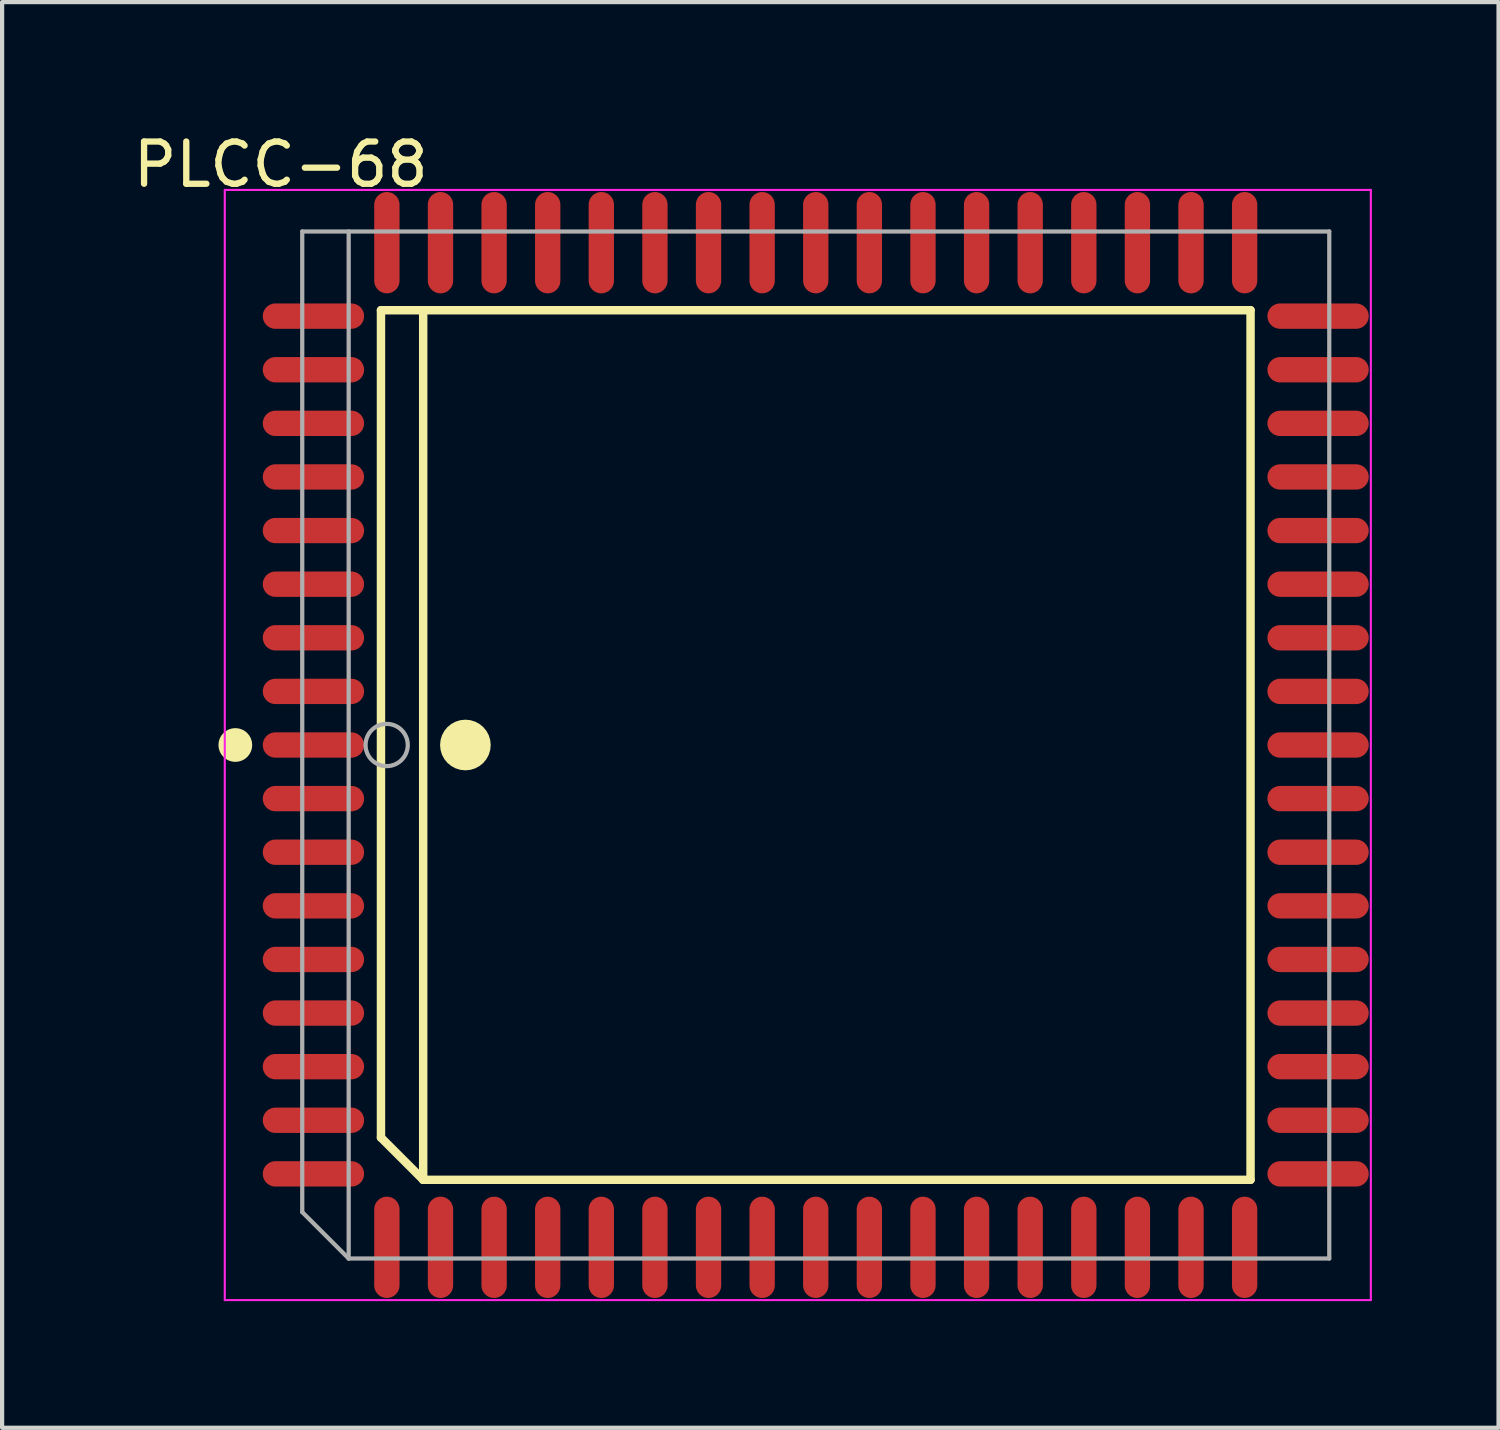
<source format=kicad_pcb>
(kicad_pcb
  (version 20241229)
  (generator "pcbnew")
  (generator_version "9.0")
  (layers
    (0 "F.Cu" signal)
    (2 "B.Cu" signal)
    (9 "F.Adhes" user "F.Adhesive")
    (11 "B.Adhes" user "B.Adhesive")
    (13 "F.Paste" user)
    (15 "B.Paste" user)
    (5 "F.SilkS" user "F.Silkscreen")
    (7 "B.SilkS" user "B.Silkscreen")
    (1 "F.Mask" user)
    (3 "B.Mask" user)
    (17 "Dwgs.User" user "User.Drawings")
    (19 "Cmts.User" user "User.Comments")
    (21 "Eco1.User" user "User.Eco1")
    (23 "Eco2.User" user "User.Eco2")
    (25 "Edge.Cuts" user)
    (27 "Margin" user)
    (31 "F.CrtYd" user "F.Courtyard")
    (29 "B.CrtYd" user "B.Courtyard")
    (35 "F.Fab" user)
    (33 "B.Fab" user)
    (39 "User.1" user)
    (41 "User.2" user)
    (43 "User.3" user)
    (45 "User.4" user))
  (footprint "PLCC-68"
    (layer "F.Cu")
    (at 16.275 14.599)
    (property "Reference" "PLCC-68" (at -12.674 -13.751 0) (layer "F.SilkS") (effects (font (size 1 1) (thickness 0.15))))
    (attr through_hole)
    (fp_line (start -10.3 -10.3) (end 10.3 -10.3) (stroke (width 0.2) (type solid)) (layer "F.SilkS"))
    (fp_line (start -10.3 9.3) (end -10.3 -10.3) (stroke (width 0.2) (type solid)) (layer "F.SilkS"))
    (fp_line (start -10.3 9.3) (end -9.3 10.3) (stroke (width 0.2) (type solid)) (layer "F.SilkS"))
    (fp_line (start -9.3 10.3) (end -9.3 -10.3) (stroke (width 0.2) (type solid)) (layer "F.SilkS"))
    (fp_line (start -9.3 10.3) (end 10.3 10.3) (stroke (width 0.2) (type solid)) (layer "F.SilkS"))
    (fp_line (start 10.3 10.3) (end 10.3 -10.3) (stroke (width 0.2) (type solid)) (layer "F.SilkS"))
    (fp_circle (center -13.75 0) (end -13.55 0) (stroke (width 0.4) (type solid)) (fill no) (layer "F.SilkS"))
    (fp_circle (center -8.3 0) (end -8 0) (stroke (width 0.6) (type solid)) (fill no) (layer "F.SilkS"))
    (fp_line (start -14 -13.15) (end 13.15 -13.15) (stroke (width 0.05) (type solid)) (layer "F.CrtYd"))
    (fp_line (start -14 13.15) (end -14 -13.15) (stroke (width 0.05) (type solid)) (layer "F.CrtYd"))
    (fp_line (start 13.15 -13.15) (end 13.15 13.15) (stroke (width 0.05) (type solid)) (layer "F.CrtYd"))
    (fp_line (start 13.15 13.15) (end -14 13.15) (stroke (width 0.05) (type solid)) (layer "F.CrtYd"))
    (fp_line (start -12.165 -12.165) (end 12.165 -12.165) (stroke (width 0.1) (type solid)) (layer "F.Fab"))
    (fp_line (start -12.165 11.065) (end -12.165 -12.165) (stroke (width 0.1) (type solid)) (layer "F.Fab"))
    (fp_line (start -12.165 11.065) (end -11.065 12.165) (stroke (width 0.1) (type solid)) (layer "F.Fab"))
    (fp_line (start -11.065 12.165) (end -11.065 -12.165) (stroke (width 0.1) (type solid)) (layer "F.Fab"))
    (fp_line (start -11.065 12.165) (end 12.165 12.165) (stroke (width 0.1) (type solid)) (layer "F.Fab"))
    (fp_line (start 12.165 12.165) (end 12.165 -12.165) (stroke (width 0.1) (type solid)) (layer "F.Fab"))
    (fp_circle (center -10.165 0) (end -9.665 0) (stroke (width 0.1) (type solid)) (fill no) (layer "F.Fab"))
    (pad "1" smd oval (at -11.9 0 90) (size 0.6 2.4) (layers "F.Cu" "F.Mask" "F.Paste"))
    (pad "2" smd oval (at -11.9 1.27 90) (size 0.6 2.4) (layers "F.Cu" "F.Mask" "F.Paste"))
    (pad "3" smd oval (at -11.9 2.54 90) (size 0.6 2.4) (layers "F.Cu" "F.Mask" "F.Paste"))
    (pad "4" smd oval (at -11.9 3.81 90) (size 0.6 2.4) (layers "F.Cu" "F.Mask" "F.Paste"))
    (pad "5" smd oval (at -11.9 5.08 90) (size 0.6 2.4) (layers "F.Cu" "F.Mask" "F.Paste"))
    (pad "6" smd oval (at -11.9 6.35 90) (size 0.6 2.4) (layers "F.Cu" "F.Mask" "F.Paste"))
    (pad "7" smd oval (at -11.9 7.62 90) (size 0.6 2.4) (layers "F.Cu" "F.Mask" "F.Paste"))
    (pad "8" smd oval (at -11.9 8.89 90) (size 0.6 2.4) (layers "F.Cu" "F.Mask" "F.Paste"))
    (pad "9" smd oval (at -11.9 10.16 90) (size 0.6 2.4) (layers "F.Cu" "F.Mask" "F.Paste"))
    (pad "10" smd oval (at -10.16 11.9 180) (size 0.6 2.4) (layers "F.Cu" "F.Mask" "F.Paste"))
    (pad "11" smd oval (at -8.89 11.9 180) (size 0.6 2.4) (layers "F.Cu" "F.Mask" "F.Paste"))
    (pad "12" smd oval (at -7.62 11.9 180) (size 0.6 2.4) (layers "F.Cu" "F.Mask" "F.Paste"))
    (pad "13" smd oval (at -6.35 11.9 180) (size 0.6 2.4) (layers "F.Cu" "F.Mask" "F.Paste"))
    (pad "14" smd oval (at -5.08 11.9 180) (size 0.6 2.4) (layers "F.Cu" "F.Mask" "F.Paste"))
    (pad "15" smd oval (at -3.81 11.9 180) (size 0.6 2.4) (layers "F.Cu" "F.Mask" "F.Paste"))
    (pad "16" smd oval (at -2.54 11.9 180) (size 0.6 2.4) (layers "F.Cu" "F.Mask" "F.Paste"))
    (pad "17" smd oval (at -1.27 11.9 180) (size 0.6 2.4) (layers "F.Cu" "F.Mask" "F.Paste"))
    (pad "18" smd oval (at 0 11.9 180) (size 0.6 2.4) (layers "F.Cu" "F.Mask" "F.Paste"))
    (pad "19" smd oval (at 1.27 11.9 180) (size 0.6 2.4) (layers "F.Cu" "F.Mask" "F.Paste"))
    (pad "20" smd oval (at 2.54 11.9 180) (size 0.6 2.4) (layers "F.Cu" "F.Mask" "F.Paste"))
    (pad "21" smd oval (at 3.81 11.9 180) (size 0.6 2.4) (layers "F.Cu" "F.Mask" "F.Paste"))
    (pad "22" smd oval (at 5.08 11.9 180) (size 0.6 2.4) (layers "F.Cu" "F.Mask" "F.Paste"))
    (pad "23" smd oval (at 6.35 11.9 180) (size 0.6 2.4) (layers "F.Cu" "F.Mask" "F.Paste"))
    (pad "24" smd oval (at 7.62 11.9 180) (size 0.6 2.4) (layers "F.Cu" "F.Mask" "F.Paste"))
    (pad "25" smd oval (at 8.89 11.9 180) (size 0.6 2.4) (layers "F.Cu" "F.Mask" "F.Paste"))
    (pad "26" smd oval (at 10.16 11.9 180) (size 0.6 2.4) (layers "F.Cu" "F.Mask" "F.Paste"))
    (pad "27" smd oval (at 11.9 10.16 90) (size 0.6 2.4) (layers "F.Cu" "F.Mask" "F.Paste"))
    (pad "28" smd oval (at 11.9 8.89 90) (size 0.6 2.4) (layers "F.Cu" "F.Mask" "F.Paste"))
    (pad "29" smd oval (at 11.9 7.62 90) (size 0.6 2.4) (layers "F.Cu" "F.Mask" "F.Paste"))
    (pad "30" smd oval (at 11.9 6.35 90) (size 0.6 2.4) (layers "F.Cu" "F.Mask" "F.Paste"))
    (pad "31" smd oval (at 11.9 5.08 90) (size 0.6 2.4) (layers "F.Cu" "F.Mask" "F.Paste"))
    (pad "32" smd oval (at 11.9 3.81 90) (size 0.6 2.4) (layers "F.Cu" "F.Mask" "F.Paste"))
    (pad "33" smd oval (at 11.9 2.54 90) (size 0.6 2.4) (layers "F.Cu" "F.Mask" "F.Paste"))
    (pad "34" smd oval (at 11.9 1.27 90) (size 0.6 2.4) (layers "F.Cu" "F.Mask" "F.Paste"))
    (pad "35" smd oval (at 11.9 0 90) (size 0.6 2.4) (layers "F.Cu" "F.Mask" "F.Paste"))
    (pad "36" smd oval (at 11.9 -1.27 90) (size 0.6 2.4) (layers "F.Cu" "F.Mask" "F.Paste"))
    (pad "37" smd oval (at 11.9 -2.54 90) (size 0.6 2.4) (layers "F.Cu" "F.Mask" "F.Paste"))
    (pad "38" smd oval (at 11.9 -3.81 90) (size 0.6 2.4) (layers "F.Cu" "F.Mask" "F.Paste"))
    (pad "39" smd oval (at 11.9 -5.08 90) (size 0.6 2.4) (layers "F.Cu" "F.Mask" "F.Paste"))
    (pad "40" smd oval (at 11.9 -6.35 90) (size 0.6 2.4) (layers "F.Cu" "F.Mask" "F.Paste"))
    (pad "41" smd oval (at 11.9 -7.62 90) (size 0.6 2.4) (layers "F.Cu" "F.Mask" "F.Paste"))
    (pad "42" smd oval (at 11.9 -8.89 90) (size 0.6 2.4) (layers "F.Cu" "F.Mask" "F.Paste"))
    (pad "43" smd oval (at 11.9 -10.16 90) (size 0.6 2.4) (layers "F.Cu" "F.Mask" "F.Paste"))
    (pad "44" smd oval (at 10.16 -11.9 180) (size 0.6 2.4) (layers "F.Cu" "F.Mask" "F.Paste"))
    (pad "45" smd oval (at 8.89 -11.9 180) (size 0.6 2.4) (layers "F.Cu" "F.Mask" "F.Paste"))
    (pad "46" smd oval (at 7.62 -11.9 180) (size 0.6 2.4) (layers "F.Cu" "F.Mask" "F.Paste"))
    (pad "47" smd oval (at 6.35 -11.9 180) (size 0.6 2.4) (layers "F.Cu" "F.Mask" "F.Paste"))
    (pad "48" smd oval (at 5.08 -11.9 180) (size 0.6 2.4) (layers "F.Cu" "F.Mask" "F.Paste"))
    (pad "49" smd oval (at 3.81 -11.9 180) (size 0.6 2.4) (layers "F.Cu" "F.Mask" "F.Paste"))
    (pad "50" smd oval (at 2.54 -11.9 180) (size 0.6 2.4) (layers "F.Cu" "F.Mask" "F.Paste"))
    (pad "51" smd oval (at 1.27 -11.9 180) (size 0.6 2.4) (layers "F.Cu" "F.Mask" "F.Paste"))
    (pad "52" smd oval (at 0 -11.9 180) (size 0.6 2.4) (layers "F.Cu" "F.Mask" "F.Paste"))
    (pad "53" smd oval (at -1.27 -11.9 180) (size 0.6 2.4) (layers "F.Cu" "F.Mask" "F.Paste"))
    (pad "54" smd oval (at -2.54 -11.9 180) (size 0.6 2.4) (layers "F.Cu" "F.Mask" "F.Paste"))
    (pad "55" smd oval (at -3.81 -11.9 180) (size 0.6 2.4) (layers "F.Cu" "F.Mask" "F.Paste"))
    (pad "56" smd oval (at -5.08 -11.9 180) (size 0.6 2.4) (layers "F.Cu" "F.Mask" "F.Paste"))
    (pad "57" smd oval (at -6.35 -11.9 180) (size 0.6 2.4) (layers "F.Cu" "F.Mask" "F.Paste"))
    (pad "58" smd oval (at -7.62 -11.9 180) (size 0.6 2.4) (layers "F.Cu" "F.Mask" "F.Paste"))
    (pad "59" smd oval (at -8.89 -11.9 180) (size 0.6 2.4) (layers "F.Cu" "F.Mask" "F.Paste"))
    (pad "60" smd oval (at -10.16 -11.9 180) (size 0.6 2.4) (layers "F.Cu" "F.Mask" "F.Paste"))
    (pad "61" smd oval (at -11.9 -10.16 90) (size 0.6 2.4) (layers "F.Cu" "F.Mask" "F.Paste"))
    (pad "62" smd oval (at -11.9 -8.89 90) (size 0.6 2.4) (layers "F.Cu" "F.Mask" "F.Paste"))
    (pad "63" smd oval (at -11.9 -7.62 90) (size 0.6 2.4) (layers "F.Cu" "F.Mask" "F.Paste"))
    (pad "64" smd oval (at -11.9 -6.35 90) (size 0.6 2.4) (layers "F.Cu" "F.Mask" "F.Paste"))
    (pad "65" smd oval (at -11.9 -5.08 90) (size 0.6 2.4) (layers "F.Cu" "F.Mask" "F.Paste"))
    (pad "66" smd oval (at -11.9 -3.81 90) (size 0.6 2.4) (layers "F.Cu" "F.Mask" "F.Paste"))
    (pad "67" smd oval (at -11.9 -2.54 90) (size 0.6 2.4) (layers "F.Cu" "F.Mask" "F.Paste"))
    (pad "68" smd oval (at -11.9 -1.27 90) (size 0.6 2.4) (layers "F.Cu" "F.Mask" "F.Paste")))
  (gr_rect
    (start -3 -3)
    (end 32.45 30.774)
    (stroke (width 0.1) (type default))
    (fill no)
    (layer "Edge.Cuts")))
</source>
